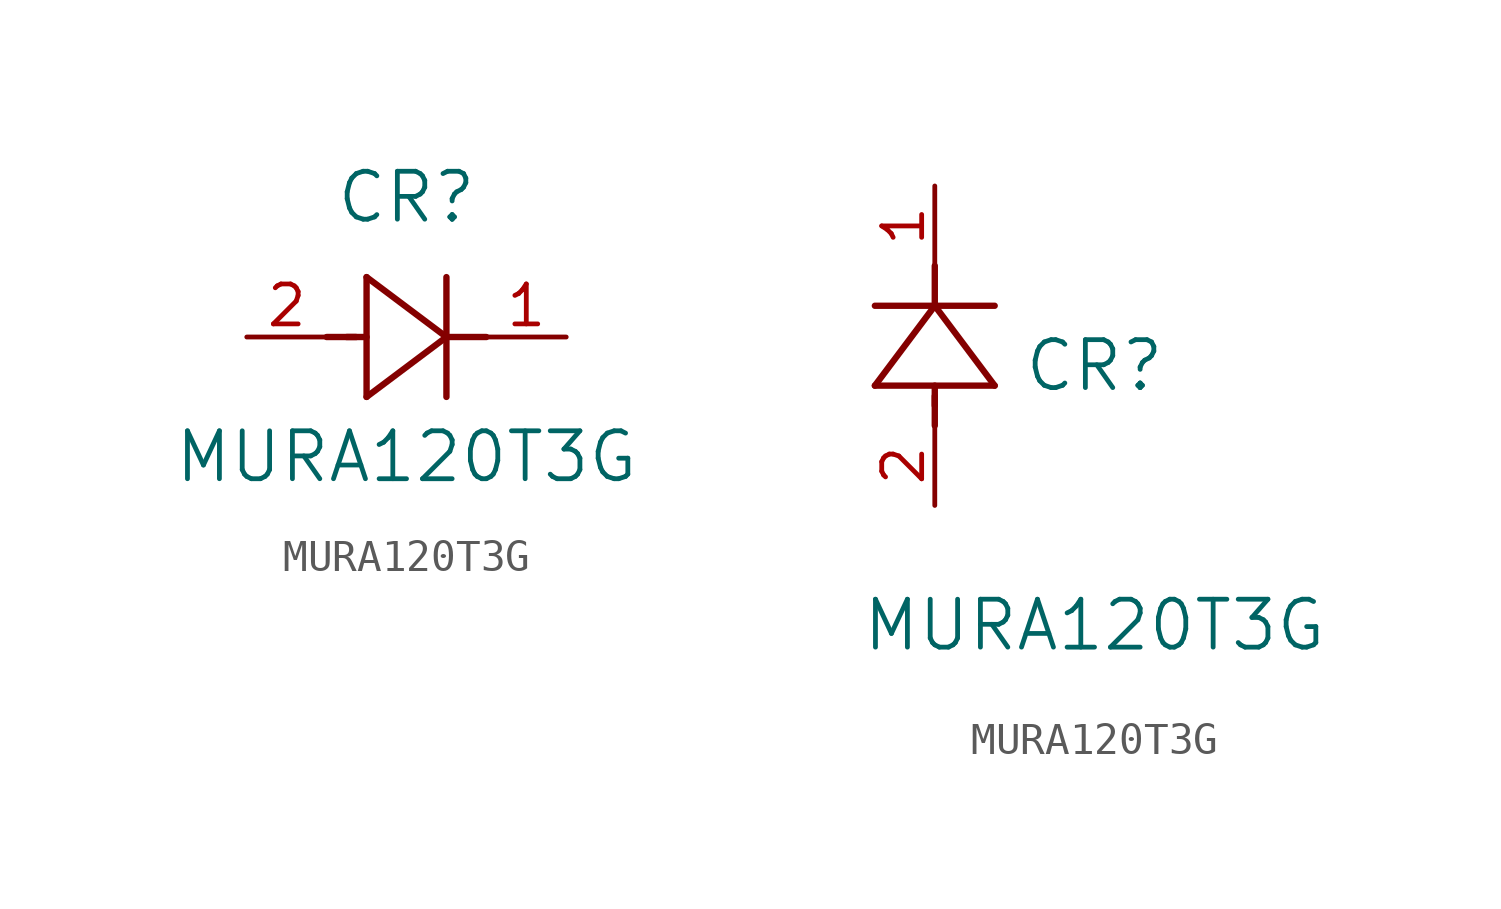
<source format=kicad_sym>
(kicad_symbol_lib
  (version 20211014)
  (generator kicad_symbol_editor)
  (symbol "MURA120T3G"
    (pin_names
      (offset 0.254))
    (property "Reference" "CR"
      (at 5.08 4.445 0)
      (effects (font (size 1.524 1.524))))
    (property "Value" "MURA120T3G"
      (at 5.08 -3.81 0)
      (effects (font (size 1.524 1.524))))
    (symbol "MURA120T3G_1_1"
      (polyline (pts (xy 2.54 0) (xy 3.48 0)) (stroke (width 0.203) (type default) (color 0 0 0 0)) (fill (type none)))
      (polyline (pts (xy 3.81 1.905) (xy 3.81 -1.905)) (stroke (width 0.203) (type default) (color 0 0 0 0)) (fill (type none)))
      (polyline (pts (xy 3.175 0) (xy 3.81 0)) (stroke (width 0.203) (type default) (color 0 0 0 0)) (fill (type none)))
      (polyline (pts (xy 6.35 -1.905) (xy 6.35 1.905)) (stroke (width 0.203) (type default) (color 0 0 0 0)) (fill (type none)))
      (polyline (pts (xy 6.35 0) (xy 7.62 0)) (stroke (width 0.203) (type default) (color 0 0 0 0)) (fill (type none)))
      (polyline (pts (xy 6.35 0) (xy 3.81 1.905)) (stroke (width 0.203) (type default) (color 0 0 0 0)) (fill (type none)))
      (polyline (pts (xy 3.81 -1.905) (xy 6.35 0)) (stroke (width 0.203) (type default) (color 0 0 0 0)) (fill (type none)))
      (pin unspecified line (at 0 0 0) (length 2.54) (name "" (effects (font (size 1.27 1.27)))) (number "2" (effects (font (size 1.27 1.27)))))
      (pin unspecified line (at 10.16 0 180) (length 2.54) (name "" (effects (font (size 1.27 1.27)))) (number "1" (effects (font (size 1.27 1.27))))))
    (symbol "MURA120T3G_1_2"
      (polyline (pts (xy 0 2.54) (xy 0 3.48)) (stroke (width 0.203) (type default) (color 0 0 0 0)) (fill (type none)))
      (polyline (pts (xy -1.905 3.81) (xy 1.905 3.81)) (stroke (width 0.203) (type default) (color 0 0 0 0)) (fill (type none)))
      (polyline (pts (xy 0 3.175) (xy 0 3.81)) (stroke (width 0.203) (type default) (color 0 0 0 0)) (fill (type none)))
      (polyline (pts (xy 1.905 6.35) (xy -1.905 6.35)) (stroke (width 0.203) (type default) (color 0 0 0 0)) (fill (type none)))
      (polyline (pts (xy 0 6.35) (xy 0 7.62)) (stroke (width 0.203) (type default) (color 0 0 0 0)) (fill (type none)))
      (polyline (pts (xy 0 6.35) (xy -1.905 3.81)) (stroke (width 0.203) (type default) (color 0 0 0 0)) (fill (type none)))
      (polyline (pts (xy 1.905 3.81) (xy 0 6.35)) (stroke (width 0.203) (type default) (color 0 0 0 0)) (fill (type none)))
      (pin unspecified line (at 0 0 90) (length 2.54) (name "" (effects (font (size 1.27 1.27)))) (number "2" (effects (font (size 1.27 1.27)))))
      (pin unspecified line (at 0 10.16 270) (length 2.54) (name "" (effects (font (size 1.27 1.27)))) (number "1" (effects (font (size 1.27 1.27))))))))
</source>
